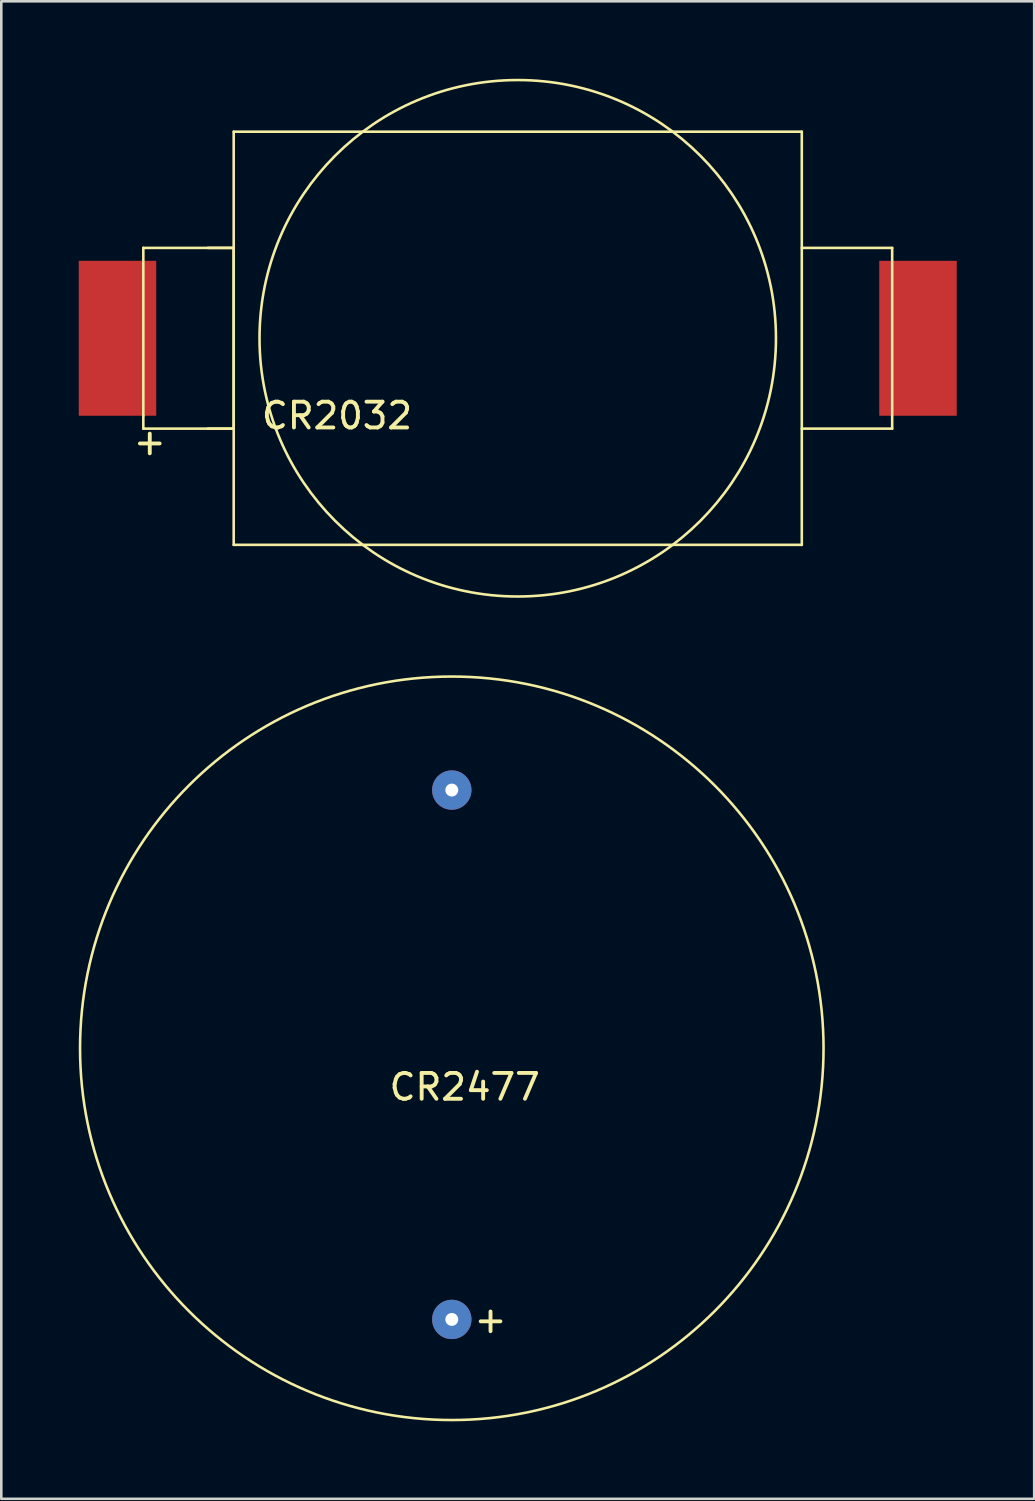
<source format=kicad_pcb>
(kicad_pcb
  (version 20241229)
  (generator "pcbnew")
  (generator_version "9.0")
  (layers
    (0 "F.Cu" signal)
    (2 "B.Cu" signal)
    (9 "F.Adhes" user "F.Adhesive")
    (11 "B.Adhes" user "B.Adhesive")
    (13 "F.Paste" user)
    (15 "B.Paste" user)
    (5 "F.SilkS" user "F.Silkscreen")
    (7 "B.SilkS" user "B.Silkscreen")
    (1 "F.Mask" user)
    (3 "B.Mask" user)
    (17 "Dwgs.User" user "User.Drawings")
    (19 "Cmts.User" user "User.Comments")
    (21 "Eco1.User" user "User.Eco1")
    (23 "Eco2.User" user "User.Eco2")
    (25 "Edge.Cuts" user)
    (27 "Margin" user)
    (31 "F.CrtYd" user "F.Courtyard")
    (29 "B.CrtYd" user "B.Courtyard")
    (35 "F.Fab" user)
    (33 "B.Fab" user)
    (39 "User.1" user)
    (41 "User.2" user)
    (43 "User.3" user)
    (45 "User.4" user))
  (footprint "CR2477"
    (layer "F.Cu")
    (at 14.446 37.546)
    (property "Reference" "CR2477" (at 0.5 1.5 0) (layer "F.SilkS") (effects (font (size 1 1) (thickness 0.15))))
    (attr through_hole)
    (fp_circle (center 0 0) (end 5 13.5) (stroke (width 0.1) (type solid)) (fill no) (layer "F.SilkS"))
    (fp_text user "+" (at 1.5 10.5 0) (layer "F.SilkS") (effects (font (size 1 1) (thickness 0.15))))
    (pad "1" thru_hole circle (at 0 10.5) (size 1.524 1.524) (drill 0.5) (layers "*.Cu" "*.Mask"))
    (pad "2" thru_hole circle (at 0 -10) (size 1.524 1.524) (drill 0.5) (layers "*.Cu" "*.Mask")))
  (footprint "CR2032"
    (layer "F.Cu")
    (at 12 11.05)
    (property "Reference" "CR2032" (at -2 2 0) (layer "F.SilkS") (effects (font (size 1 1) (thickness 0.15))))
    (attr through_hole)
    (fp_line (start -9.5 -4.5) (end -9.5 2) (stroke (width 0.1) (type solid)) (layer "F.SilkS"))
    (fp_line (start -9.5 2) (end -9.5 2.5) (stroke (width 0.1) (type solid)) (layer "F.SilkS"))
    (fp_line (start -9.5 2.5) (end -6 2.5) (stroke (width 0.1) (type solid)) (layer "F.SilkS"))
    (fp_line (start -6 -9) (end 16 -9) (stroke (width 0.1) (type solid)) (layer "F.SilkS"))
    (fp_line (start -6 -4.5) (end -9.5 -4.5) (stroke (width 0.1) (type solid)) (layer "F.SilkS"))
    (fp_line (start -6 -4.5) (end -7 -4.5) (stroke (width 0.1) (type solid)) (layer "F.SilkS"))
    (fp_line (start -6 2.5) (end -7 2.5) (stroke (width 0.1) (type solid)) (layer "F.SilkS"))
    (fp_line (start -6 2.5) (end -6 -4.5) (stroke (width 0.1) (type solid)) (layer "F.SilkS"))
    (fp_line (start -6 7) (end -6 -9) (stroke (width 0.1) (type solid)) (layer "F.SilkS"))
    (fp_line (start 16 -9) (end 16 7) (stroke (width 0.1) (type solid)) (layer "F.SilkS"))
    (fp_line (start 16 2.5) (end 19.5 2.5) (stroke (width 0.1) (type solid)) (layer "F.SilkS"))
    (fp_line (start 16 7) (end -6 7) (stroke (width 0.1) (type solid)) (layer "F.SilkS"))
    (fp_line (start 19.5 -4.5) (end 16 -4.5) (stroke (width 0.1) (type solid)) (layer "F.SilkS"))
    (fp_line (start 19.5 2.5) (end 19.5 -4.5) (stroke (width 0.1) (type solid)) (layer "F.SilkS"))
    (fp_circle (center 5 -1) (end 11 7) (stroke (width 0.1) (type solid)) (fill no) (layer "F.SilkS"))
    (fp_text user "+" (at -9.25 3 0) (layer "F.SilkS") (effects (font (size 1 1) (thickness 0.15))))
    (pad "1" smd rect (at -10.5 -1) (size 3 6) (layers "F.Cu" "F.Mask" "F.Paste"))
    (pad "2" smd rect (at 20.5 -1) (size 3 6) (layers "F.Cu" "F.Mask" "F.Paste")))
  (gr_rect
    (start -3 -3)
    (end 37 54.992)
    (stroke (width 0.1) (type default))
    (fill no)
    (layer "Edge.Cuts")))
</source>
